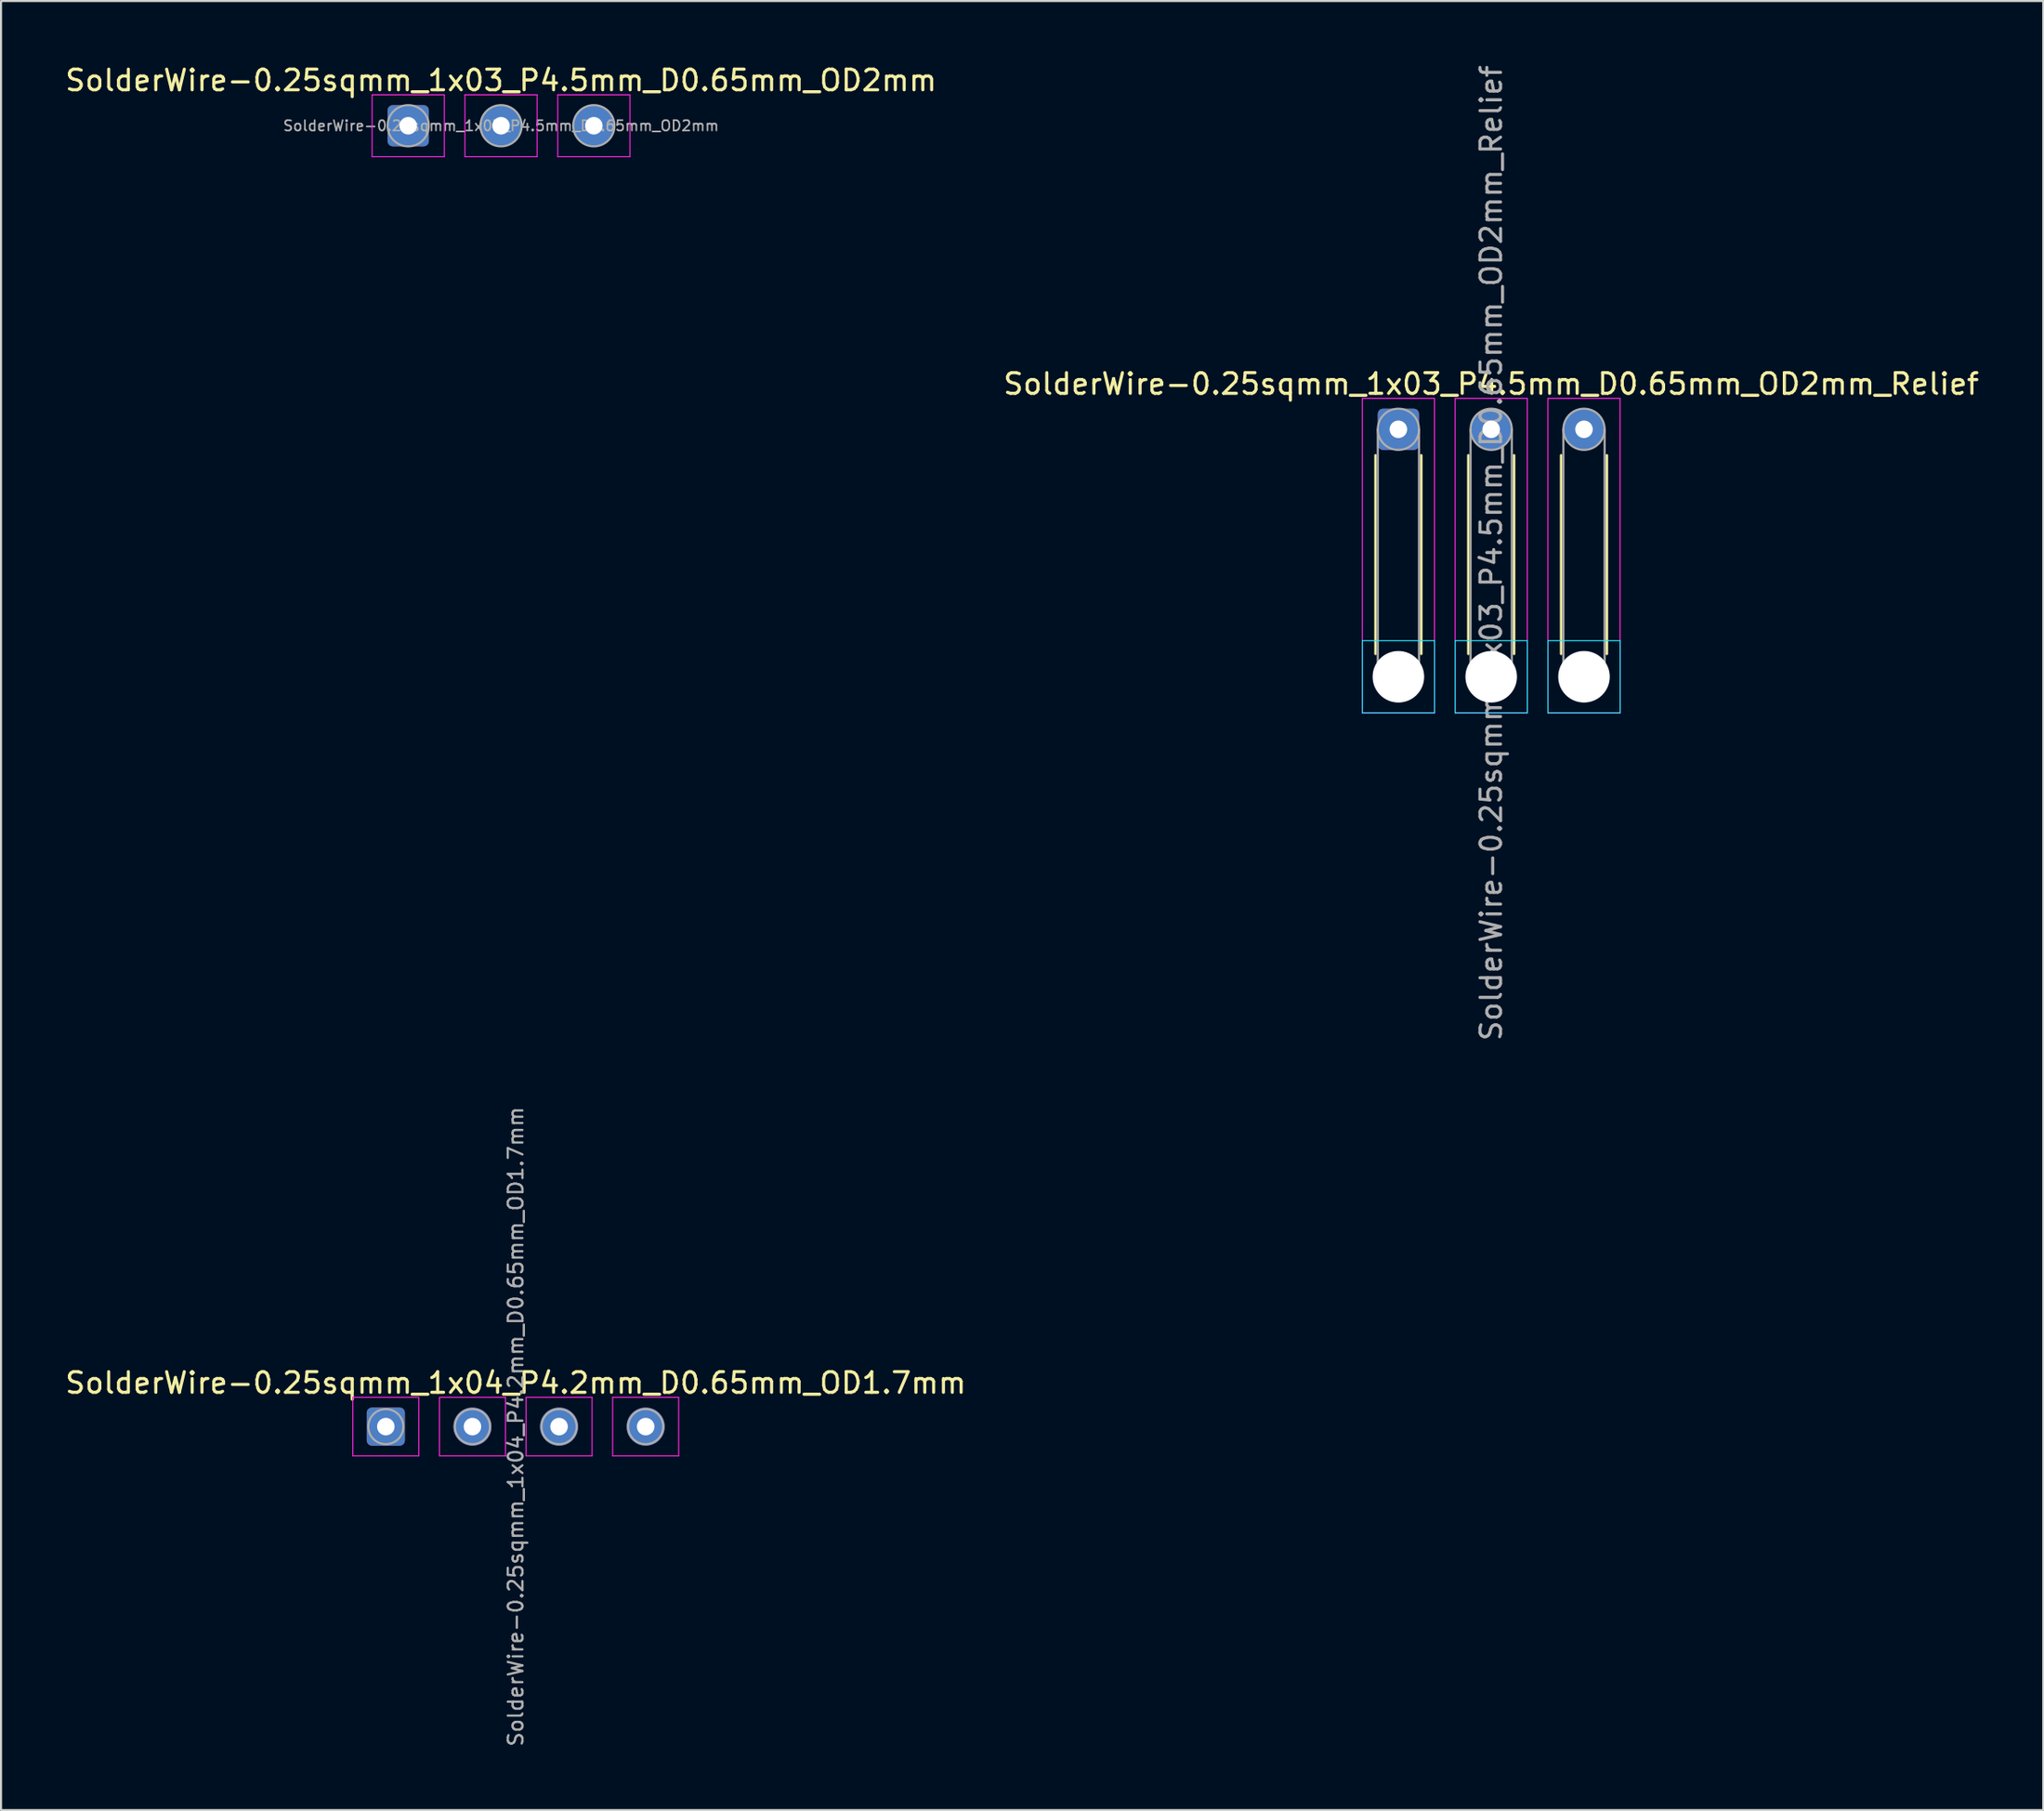
<source format=kicad_pcb>
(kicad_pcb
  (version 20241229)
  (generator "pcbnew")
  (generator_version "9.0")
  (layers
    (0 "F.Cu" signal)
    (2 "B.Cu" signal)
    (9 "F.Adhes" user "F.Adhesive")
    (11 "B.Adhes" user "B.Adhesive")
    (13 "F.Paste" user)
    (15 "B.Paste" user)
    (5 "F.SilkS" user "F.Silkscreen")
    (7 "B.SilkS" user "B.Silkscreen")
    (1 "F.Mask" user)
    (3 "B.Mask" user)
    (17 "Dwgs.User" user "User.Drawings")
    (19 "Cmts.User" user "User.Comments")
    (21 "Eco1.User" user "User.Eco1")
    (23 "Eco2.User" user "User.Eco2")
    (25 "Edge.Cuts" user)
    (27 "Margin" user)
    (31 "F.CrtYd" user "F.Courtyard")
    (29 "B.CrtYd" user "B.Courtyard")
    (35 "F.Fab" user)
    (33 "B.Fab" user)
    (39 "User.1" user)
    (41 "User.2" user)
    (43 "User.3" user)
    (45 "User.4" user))
  (footprint "SolderWire-0.25sqmm_1x03_P4.5mm_D0.65mm_OD2mm_Relief"
    (layer "F.Cu")
    (at 64.756 17.768)
    (property "Reference" "SolderWire-0.25sqmm_1x03_P4.5mm_D0.65mm_OD2mm_Relief" (at 4.5 -2.2 0) (layer "F.SilkS") (effects (font (size 1 1) (thickness 0.15))))
    (attr exclude_from_pos_files exclude_from_bom)
    (fp_line (start -1.11 1.26) (end -1.11 10.89) (stroke (width 0.12) (type solid)) (layer "F.SilkS"))
    (fp_line (start 1.11 1.26) (end 1.11 10.89) (stroke (width 0.12) (type solid)) (layer "F.SilkS"))
    (fp_line (start 3.39 1.26) (end 3.39 10.89) (stroke (width 0.12) (type solid)) (layer "F.SilkS"))
    (fp_line (start 5.61 1.26) (end 5.61 10.89) (stroke (width 0.12) (type solid)) (layer "F.SilkS"))
    (fp_line (start 7.89 1.26) (end 7.89 10.89) (stroke (width 0.12) (type solid)) (layer "F.SilkS"))
    (fp_line (start 10.11 1.26) (end 10.11 10.89) (stroke (width 0.12) (type solid)) (layer "F.SilkS"))
    (fp_line (start -1.75 10.25) (end -1.75 13.75) (stroke (width 0.05) (type solid)) (layer "B.CrtYd"))
    (fp_line (start -1.75 13.75) (end 1.75 13.75) (stroke (width 0.05) (type solid)) (layer "B.CrtYd"))
    (fp_line (start 1.75 10.25) (end -1.75 10.25) (stroke (width 0.05) (type solid)) (layer "B.CrtYd"))
    (fp_line (start 1.75 13.75) (end 1.75 10.25) (stroke (width 0.05) (type solid)) (layer "B.CrtYd"))
    (fp_line (start 2.75 10.25) (end 2.75 13.75) (stroke (width 0.05) (type solid)) (layer "B.CrtYd"))
    (fp_line (start 2.75 13.75) (end 6.25 13.75) (stroke (width 0.05) (type solid)) (layer "B.CrtYd"))
    (fp_line (start 6.25 10.25) (end 2.75 10.25) (stroke (width 0.05) (type solid)) (layer "B.CrtYd"))
    (fp_line (start 6.25 13.75) (end 6.25 10.25) (stroke (width 0.05) (type solid)) (layer "B.CrtYd"))
    (fp_line (start 7.25 10.25) (end 7.25 13.75) (stroke (width 0.05) (type solid)) (layer "B.CrtYd"))
    (fp_line (start 7.25 13.75) (end 10.75 13.75) (stroke (width 0.05) (type solid)) (layer "B.CrtYd"))
    (fp_line (start 10.75 10.25) (end 7.25 10.25) (stroke (width 0.05) (type solid)) (layer "B.CrtYd"))
    (fp_line (start 10.75 13.75) (end 10.75 10.25) (stroke (width 0.05) (type solid)) (layer "B.CrtYd"))
    (fp_line (start -1.75 -1.5) (end -1.75 13.75) (stroke (width 0.05) (type solid)) (layer "F.CrtYd"))
    (fp_line (start -1.75 13.75) (end 1.75 13.75) (stroke (width 0.05) (type solid)) (layer "F.CrtYd"))
    (fp_line (start 1.75 -1.5) (end -1.75 -1.5) (stroke (width 0.05) (type solid)) (layer "F.CrtYd"))
    (fp_line (start 1.75 13.75) (end 1.75 -1.5) (stroke (width 0.05) (type solid)) (layer "F.CrtYd"))
    (fp_line (start 2.75 -1.5) (end 2.75 13.75) (stroke (width 0.05) (type solid)) (layer "F.CrtYd"))
    (fp_line (start 2.75 13.75) (end 6.25 13.75) (stroke (width 0.05) (type solid)) (layer "F.CrtYd"))
    (fp_line (start 6.25 -1.5) (end 2.75 -1.5) (stroke (width 0.05) (type solid)) (layer "F.CrtYd"))
    (fp_line (start 6.25 13.75) (end 6.25 -1.5) (stroke (width 0.05) (type solid)) (layer "F.CrtYd"))
    (fp_line (start 7.25 -1.5) (end 7.25 13.75) (stroke (width 0.05) (type solid)) (layer "F.CrtYd"))
    (fp_line (start 7.25 13.75) (end 10.75 13.75) (stroke (width 0.05) (type solid)) (layer "F.CrtYd"))
    (fp_line (start 10.75 -1.5) (end 7.25 -1.5) (stroke (width 0.05) (type solid)) (layer "F.CrtYd"))
    (fp_line (start 10.75 13.75) (end 10.75 -1.5) (stroke (width 0.05) (type solid)) (layer "F.CrtYd"))
    (fp_line (start -1 0) (end -1 12) (stroke (width 0.1) (type solid)) (layer "F.Fab"))
    (fp_line (start 1 0) (end 1 12) (stroke (width 0.1) (type solid)) (layer "F.Fab"))
    (fp_line (start 3.5 0) (end 3.5 12) (stroke (width 0.1) (type solid)) (layer "F.Fab"))
    (fp_line (start 5.5 0) (end 5.5 12) (stroke (width 0.1) (type solid)) (layer "F.Fab"))
    (fp_line (start 8 0) (end 8 12) (stroke (width 0.1) (type solid)) (layer "F.Fab"))
    (fp_line (start 10 0) (end 10 12) (stroke (width 0.1) (type solid)) (layer "F.Fab"))
    (fp_circle (center 0 0) (end 1 0) (stroke (width 0.1) (type solid)) (fill no) (layer "F.Fab"))
    (fp_circle (center 0 12) (end 1 12) (stroke (width 0.1) (type solid)) (fill no) (layer "F.Fab"))
    (fp_circle (center 4.5 0) (end 5.5 0) (stroke (width 0.1) (type solid)) (fill no) (layer "F.Fab"))
    (fp_circle (center 4.5 12) (end 5.5 12) (stroke (width 0.1) (type solid)) (fill no) (layer "F.Fab"))
    (fp_circle (center 9 0) (end 10 0) (stroke (width 0.1) (type solid)) (fill no) (layer "F.Fab"))
    (fp_circle (center 9 12) (end 10 12) (stroke (width 0.1) (type solid)) (fill no) (layer "F.Fab"))
    (fp_text user "${REFERENCE}" (at 4.5 6 90) (layer "F.Fab") (effects (font (size 1 1) (thickness 0.15))))
    (pad "" np_thru_hole circle (at 0 12) (size 2.5 2.5) (drill 2.5) (layers "*.Cu" "*.Mask"))
    (pad "" np_thru_hole circle (at 4.5 12) (size 2.5 2.5) (drill 2.5) (layers "*.Cu" "*.Mask"))
    (pad "" np_thru_hole circle (at 9 12) (size 2.5 2.5) (drill 2.5) (layers "*.Cu" "*.Mask"))
    (pad "1" thru_hole roundrect (at 0 0) (size 2 2) (drill 0.85) (layers "*.Cu" "*.Mask") (roundrect_rratio 0.125))
    (pad "2" thru_hole circle (at 4.5 0) (size 2 2) (drill 0.85) (layers "*.Cu" "*.Mask"))
    (pad "3" thru_hole circle (at 9 0) (size 2 2) (drill 0.85) (layers "*.Cu" "*.Mask")))
  (footprint "SolderWire-0.25sqmm_1x04_P4.2mm_D0.65mm_OD1.7mm"
    (layer "F.Cu")
    (at 15.658 66.131)
    (property "Reference" "SolderWire-0.25sqmm_1x04_P4.2mm_D0.65mm_OD1.7mm" (at 6.3 -2.12 0) (layer "F.SilkS") (effects (font (size 1 1) (thickness 0.15))))
    (attr exclude_from_pos_files exclude_from_bom)
    (fp_line (start -1.6 -1.42) (end -1.6 1.42) (stroke (width 0.05) (type solid)) (layer "F.CrtYd"))
    (fp_line (start -1.6 1.42) (end 1.6 1.42) (stroke (width 0.05) (type solid)) (layer "F.CrtYd"))
    (fp_line (start 1.6 -1.42) (end -1.6 -1.42) (stroke (width 0.05) (type solid)) (layer "F.CrtYd"))
    (fp_line (start 1.6 1.42) (end 1.6 -1.42) (stroke (width 0.05) (type solid)) (layer "F.CrtYd"))
    (fp_line (start 2.6 -1.42) (end 2.6 1.42) (stroke (width 0.05) (type solid)) (layer "F.CrtYd"))
    (fp_line (start 2.6 1.42) (end 5.8 1.42) (stroke (width 0.05) (type solid)) (layer "F.CrtYd"))
    (fp_line (start 5.8 -1.42) (end 2.6 -1.42) (stroke (width 0.05) (type solid)) (layer "F.CrtYd"))
    (fp_line (start 5.8 1.42) (end 5.8 -1.42) (stroke (width 0.05) (type solid)) (layer "F.CrtYd"))
    (fp_line (start 6.8 -1.42) (end 6.8 1.42) (stroke (width 0.05) (type solid)) (layer "F.CrtYd"))
    (fp_line (start 6.8 1.42) (end 10 1.42) (stroke (width 0.05) (type solid)) (layer "F.CrtYd"))
    (fp_line (start 10 -1.42) (end 6.8 -1.42) (stroke (width 0.05) (type solid)) (layer "F.CrtYd"))
    (fp_line (start 10 1.42) (end 10 -1.42) (stroke (width 0.05) (type solid)) (layer "F.CrtYd"))
    (fp_line (start 11 -1.42) (end 11 1.42) (stroke (width 0.05) (type solid)) (layer "F.CrtYd"))
    (fp_line (start 11 1.42) (end 14.2 1.42) (stroke (width 0.05) (type solid)) (layer "F.CrtYd"))
    (fp_line (start 14.2 -1.42) (end 11 -1.42) (stroke (width 0.05) (type solid)) (layer "F.CrtYd"))
    (fp_line (start 14.2 1.42) (end 14.2 -1.42) (stroke (width 0.05) (type solid)) (layer "F.CrtYd"))
    (fp_circle (center 0 0) (end 0.85 0) (stroke (width 0.1) (type solid)) (fill no) (layer "F.Fab"))
    (fp_circle (center 4.2 0) (end 5.05 0) (stroke (width 0.1) (type solid)) (fill no) (layer "F.Fab"))
    (fp_circle (center 8.4 0) (end 9.25 0) (stroke (width 0.1) (type solid)) (fill no) (layer "F.Fab"))
    (fp_circle (center 12.6 0) (end 13.45 0) (stroke (width 0.1) (type solid)) (fill no) (layer "F.Fab"))
    (fp_text user "${REFERENCE}" (at 6.3 0 90) (layer "F.Fab") (effects (font (size 0.71 0.71) (thickness 0.11))))
    (pad "1" thru_hole roundrect (at 0 0) (size 1.85 1.85) (drill 0.85) (layers "*.Cu" "*.Mask") (roundrect_rratio 0.135))
    (pad "2" thru_hole circle (at 4.2 0) (size 1.85 1.85) (drill 0.85) (layers "*.Cu" "*.Mask"))
    (pad "3" thru_hole circle (at 8.4 0) (size 1.85 1.85) (drill 0.85) (layers "*.Cu" "*.Mask"))
    (pad "4" thru_hole circle (at 12.6 0) (size 1.85 1.85) (drill 0.85) (layers "*.Cu" "*.Mask")))
  (footprint "SolderWire-0.25sqmm_1x03_P4.5mm_D0.65mm_OD2mm"
    (layer "F.Cu")
    (at 16.744 3.048)
    (property "Reference" "SolderWire-0.25sqmm_1x03_P4.5mm_D0.65mm_OD2mm" (at 4.5 -2.2 0) (layer "F.SilkS") (effects (font (size 1 1) (thickness 0.15))))
    (attr exclude_from_pos_files exclude_from_bom)
    (fp_line (start -1.75 -1.5) (end -1.75 1.5) (stroke (width 0.05) (type solid)) (layer "F.CrtYd"))
    (fp_line (start -1.75 1.5) (end 1.75 1.5) (stroke (width 0.05) (type solid)) (layer "F.CrtYd"))
    (fp_line (start 1.75 -1.5) (end -1.75 -1.5) (stroke (width 0.05) (type solid)) (layer "F.CrtYd"))
    (fp_line (start 1.75 1.5) (end 1.75 -1.5) (stroke (width 0.05) (type solid)) (layer "F.CrtYd"))
    (fp_line (start 2.75 -1.5) (end 2.75 1.5) (stroke (width 0.05) (type solid)) (layer "F.CrtYd"))
    (fp_line (start 2.75 1.5) (end 6.25 1.5) (stroke (width 0.05) (type solid)) (layer "F.CrtYd"))
    (fp_line (start 6.25 -1.5) (end 2.75 -1.5) (stroke (width 0.05) (type solid)) (layer "F.CrtYd"))
    (fp_line (start 6.25 1.5) (end 6.25 -1.5) (stroke (width 0.05) (type solid)) (layer "F.CrtYd"))
    (fp_line (start 7.25 -1.5) (end 7.25 1.5) (stroke (width 0.05) (type solid)) (layer "F.CrtYd"))
    (fp_line (start 7.25 1.5) (end 10.75 1.5) (stroke (width 0.05) (type solid)) (layer "F.CrtYd"))
    (fp_line (start 10.75 -1.5) (end 7.25 -1.5) (stroke (width 0.05) (type solid)) (layer "F.CrtYd"))
    (fp_line (start 10.75 1.5) (end 10.75 -1.5) (stroke (width 0.05) (type solid)) (layer "F.CrtYd"))
    (fp_circle (center 0 0) (end 1 0) (stroke (width 0.1) (type solid)) (fill no) (layer "F.Fab"))
    (fp_circle (center 4.5 0) (end 5.5 0) (stroke (width 0.1) (type solid)) (fill no) (layer "F.Fab"))
    (fp_circle (center 9 0) (end 10 0) (stroke (width 0.1) (type solid)) (fill no) (layer "F.Fab"))
    (fp_text user "${REFERENCE}" (at 4.5 0 0) (layer "F.Fab") (effects (font (size 0.5 0.5) (thickness 0.08))))
    (pad "1" thru_hole roundrect (at 0 0) (size 2 2) (drill 0.85) (layers "*.Cu" "*.Mask") (roundrect_rratio 0.125))
    (pad "2" thru_hole circle (at 4.5 0) (size 2 2) (drill 0.85) (layers "*.Cu" "*.Mask"))
    (pad "3" thru_hole circle (at 9 0) (size 2 2) (drill 0.85) (layers "*.Cu" "*.Mask")))
  (gr_rect
    (start -3 -3)
    (end 96.024 84.727)
    (stroke (width 0.1) (type default))
    (fill no)
    (layer "Edge.Cuts")))
</source>
